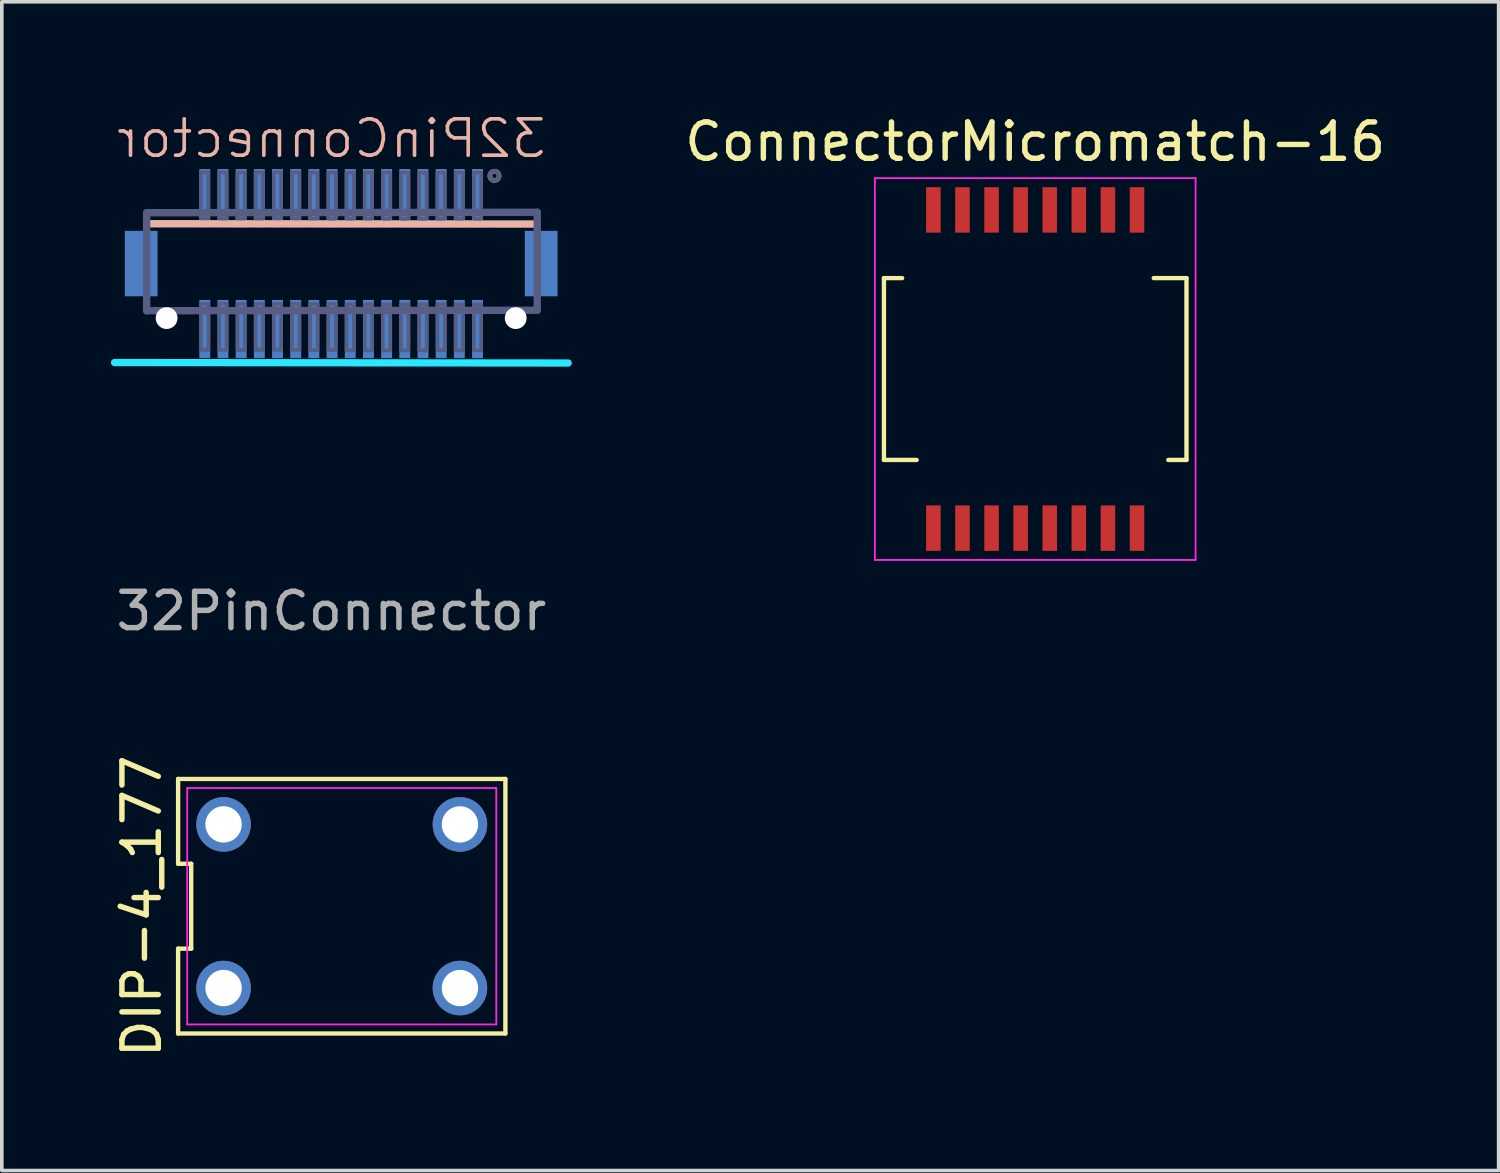
<source format=kicad_pcb>
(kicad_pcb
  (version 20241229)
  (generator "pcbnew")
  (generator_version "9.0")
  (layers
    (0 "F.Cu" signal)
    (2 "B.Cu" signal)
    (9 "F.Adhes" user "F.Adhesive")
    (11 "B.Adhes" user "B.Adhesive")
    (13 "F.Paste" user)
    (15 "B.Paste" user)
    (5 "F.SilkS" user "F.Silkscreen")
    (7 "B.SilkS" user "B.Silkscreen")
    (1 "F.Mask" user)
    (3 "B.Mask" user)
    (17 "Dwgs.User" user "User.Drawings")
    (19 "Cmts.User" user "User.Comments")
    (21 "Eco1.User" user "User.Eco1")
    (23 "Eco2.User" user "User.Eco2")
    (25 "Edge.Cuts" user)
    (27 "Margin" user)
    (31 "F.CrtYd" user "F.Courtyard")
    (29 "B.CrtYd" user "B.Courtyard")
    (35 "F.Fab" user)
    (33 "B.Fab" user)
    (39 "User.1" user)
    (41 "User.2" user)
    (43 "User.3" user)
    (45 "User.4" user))
  (footprint "DIP-4_177"
    (layer "F.Cu")
    (at 6.348 21.871)
    (property "Reference" "DIP-4_177" (at -5.5 0 90) (layer "F.SilkS") (effects (font (size 1 1) (thickness 0.15))))
    (fp_line (start -4.5 -3.5) (end -4.5 -1.167) (stroke (width 0.12) (type default)) (layer "F.SilkS"))
    (fp_line (start -4.5 -1.167) (end -4.14 -1.167) (stroke (width 0.12) (type default)) (layer "F.SilkS"))
    (fp_line (start -4.5 1.167) (end -4.5 3.5) (stroke (width 0.12) (type default)) (layer "F.SilkS"))
    (fp_line (start -4.5 3.5) (end 4.5 3.5) (stroke (width 0.12) (type default)) (layer "F.SilkS"))
    (fp_line (start -4.14 -1.167) (end -4.14 1.167) (stroke (width 0.12) (type default)) (layer "F.SilkS"))
    (fp_line (start -4.14 1.167) (end -4.5 1.167) (stroke (width 0.12) (type default)) (layer "F.SilkS"))
    (fp_line (start 4.5 -3.5) (end -4.5 -3.5) (stroke (width 0.12) (type default)) (layer "F.SilkS"))
    (fp_line (start 4.5 3.5) (end 4.5 -3.5) (stroke (width 0.12) (type default)) (layer "F.SilkS"))
    (fp_line (start -4.25 -3.25) (end 4.25 -3.25) (stroke (width 0.05) (type default)) (layer "F.CrtYd"))
    (fp_line (start -4.25 3.25) (end -4.25 -3.25) (stroke (width 0.05) (type default)) (layer "F.CrtYd"))
    (fp_line (start 4.25 -3.25) (end 4.25 3.25) (stroke (width 0.05) (type default)) (layer "F.CrtYd"))
    (fp_line (start 4.25 3.25) (end -4.25 3.25) (stroke (width 0.05) (type default)) (layer "F.CrtYd"))
    (pad "1" thru_hole circle (at -3.25 2.25) (size 1.5 1.5) (drill 1) (layers "*.Cu" "*.Mask"))
    (pad "2" thru_hole circle (at 3.25 2.25) (size 1.5 1.5) (drill 1) (layers "*.Cu" "*.Mask"))
    (pad "3" thru_hole circle (at 3.25 -2.25) (size 1.5 1.5) (drill 1) (layers "*.Cu" "*.Mask"))
    (pad "4" thru_hole circle (at -3.25 -2.25) (size 1.5 1.5) (drill 1) (layers "*.Cu" "*.Mask")))
  (footprint "ConnectorMicromatch-16"
    (layer "F.Cu")
    (at 25.418 7.098)
    (property "Reference" "ConnectorMicromatch-16" (at 0 -6.25 0) (layer "F.SilkS") (effects (font (size 1 1) (thickness 0.15))))
    (attr through_hole)
    (fp_line (start -4.16 -2.5) (end -4.16 2.5) (stroke (width 0.12) (type default)) (layer "F.SilkS"))
    (fp_line (start -4.16 2.5) (end -3.26 2.5) (stroke (width 0.12) (type default)) (layer "F.SilkS"))
    (fp_line (start -3.66 -2.5) (end -4.16 -2.5) (stroke (width 0.12) (type default)) (layer "F.SilkS"))
    (fp_line (start 3.26 -2.5) (end 4.16 -2.5) (stroke (width 0.12) (type default)) (layer "F.SilkS"))
    (fp_line (start 4.16 -2.5) (end 4.16 2.5) (stroke (width 0.12) (type default)) (layer "F.SilkS"))
    (fp_line (start 4.16 2.5) (end 3.66 2.5) (stroke (width 0.12) (type default)) (layer "F.SilkS"))
    (fp_line (start -4.41 -5.25) (end 4.41 -5.25) (stroke (width 0.05) (type default)) (layer "F.CrtYd"))
    (fp_line (start -4.41 5.25) (end -4.41 -5.25) (stroke (width 0.05) (type default)) (layer "F.CrtYd"))
    (fp_line (start 4.41 -5.25) (end 4.41 5.25) (stroke (width 0.05) (type default)) (layer "F.CrtYd"))
    (fp_line (start 4.41 5.25) (end -4.41 5.25) (stroke (width 0.05) (type default)) (layer "F.CrtYd"))
    (pad "1" smd rect (at -2.8 4.375) (size 0.4 1.25) (layers "F.Cu" "F.Mask" "F.Paste"))
    (pad "2" smd rect (at -2 4.375) (size 0.4 1.25) (layers "F.Cu" "F.Mask" "F.Paste"))
    (pad "3" smd rect (at -1.2 4.375) (size 0.4 1.25) (layers "F.Cu" "F.Mask" "F.Paste"))
    (pad "4" smd rect (at -0.4 4.375) (size 0.4 1.25) (layers "F.Cu" "F.Mask" "F.Paste"))
    (pad "5" smd rect (at 0.4 4.375) (size 0.4 1.25) (layers "F.Cu" "F.Mask" "F.Paste"))
    (pad "6" smd rect (at 1.2 4.375) (size 0.4 1.25) (layers "F.Cu" "F.Mask" "F.Paste"))
    (pad "7" smd rect (at 2 4.375) (size 0.4 1.25) (layers "F.Cu" "F.Mask" "F.Paste"))
    (pad "8" smd rect (at 2.8 4.375) (size 0.4 1.25) (layers "F.Cu" "F.Mask" "F.Paste"))
    (pad "9" smd rect (at -2.8 -4.375) (size 0.4 1.25) (layers "F.Cu" "F.Mask" "F.Paste"))
    (pad "10" smd rect (at -2 -4.375) (size 0.4 1.25) (layers "F.Cu" "F.Mask" "F.Paste"))
    (pad "11" smd rect (at -1.2 -4.375) (size 0.4 1.25) (layers "F.Cu" "F.Mask" "F.Paste"))
    (pad "12" smd rect (at -0.4 -4.375) (size 0.4 1.25) (layers "F.Cu" "F.Mask" "F.Paste"))
    (pad "13" smd rect (at 0.4 -4.375) (size 0.4 1.25) (layers "F.Cu" "F.Mask" "F.Paste"))
    (pad "14" smd rect (at 1.2 -4.375) (size 0.4 1.25) (layers "F.Cu" "F.Mask" "F.Paste"))
    (pad "15" smd rect (at 2 -4.375) (size 0.4 1.25) (layers "F.Cu" "F.Mask" "F.Paste"))
    (pad "16" smd rect (at 2.8 -4.375) (size 0.4 1.25) (layers "F.Cu" "F.Mask" "F.Paste")))
  (footprint "32PinConnector"
    (layer "F.Cu")
    (at 6.063 6.135)
    (property "Reference" "32PinConnector" (at 0 -5.375 0) (unlocked yes) (layer "B.SilkS") (effects (font (size 1 1) (thickness 0.1)) (justify mirror)))
    (attr smd)
    (fp_poly (pts (xy -4.887 0.307) (xy -5.047 0.207) (xy -5.178 0.076) (xy -5.276 -0.08) (xy -5.337 -0.255) (xy -5.358 -0.442) (xy -5.278 -0.794) (xy -5.178 -0.954) (xy -5.047 -1.084) (xy -4.89 -1.183) (xy -4.716 -1.244) (xy -4.528 -1.265) (xy -4.177 -1.185) (xy -4.017 -1.084) (xy -3.886 -0.954) (xy -3.788 -0.797) (xy -3.727 -0.622) (xy -3.705 -0.435) (xy -3.786 -0.083) (xy -3.886 0.076) (xy -4.017 0.207) (xy -4.173 0.305) (xy -4.348 0.366) (xy -4.535 0.388)) (stroke (width 0) (type default)) (fill yes) (layer "B.Mask"))
    (fp_poly (pts (xy 4.714 0.307) (xy 4.554 0.207) (xy 4.424 0.076) (xy 4.325 -0.08) (xy 4.264 -0.255) (xy 4.243 -0.442) (xy 4.323 -0.794) (xy 4.424 -0.954) (xy 4.554 -1.084) (xy 4.711 -1.183) (xy 4.886 -1.244) (xy 5.073 -1.265) (xy 5.425 -1.185) (xy 5.584 -1.084) (xy 5.715 -0.954) (xy 5.814 -0.797) (xy 5.875 -0.622) (xy 5.896 -0.435) (xy 5.815 -0.083) (xy 5.715 0.076) (xy 5.584 0.207) (xy 5.428 0.305) (xy 5.253 0.366) (xy 5.066 0.388)) (stroke (width 0) (type default)) (fill yes) (layer "B.Mask"))
    (fp_line (start -5.027 -3.032) (end 5.629 -3.024) (stroke (width 0.203) (type solid)) (layer "B.SilkS"))
    (fp_circle (center 4.485 -4.35) (end 4.358 -4.35) (stroke (width 0.127) (type solid)) (fill no) (layer "B.SilkS"))
    (fp_poly (pts (xy -3.369 -4.441) (xy -3.589 -4.441) (xy -3.589 -3.141) (xy -3.369 -3.141)) (stroke (width 0) (type default)) (fill yes) (layer "B.Paste"))
    (fp_poly (pts (xy -3.369 -0.731) (xy -3.589 -0.731) (xy -3.589 0.569) (xy -3.369 0.569)) (stroke (width 0) (type default)) (fill yes) (layer "B.Paste"))
    (fp_poly (pts (xy -2.879 -0.731) (xy -3.099 -0.731) (xy -3.099 0.569) (xy -2.879 0.569)) (stroke (width 0) (type default)) (fill yes) (layer "B.Paste"))
    (fp_poly (pts (xy -2.869 -4.441) (xy -3.089 -4.441) (xy -3.089 -3.141) (xy -2.869 -3.141)) (stroke (width 0) (type default)) (fill yes) (layer "B.Paste"))
    (fp_poly (pts (xy -2.369 -4.441) (xy -2.589 -4.441) (xy -2.589 -3.141) (xy -2.369 -3.141)) (stroke (width 0) (type default)) (fill yes) (layer "B.Paste"))
    (fp_poly (pts (xy -2.369 -0.731) (xy -2.589 -0.731) (xy -2.589 0.569) (xy -2.369 0.569)) (stroke (width 0) (type default)) (fill yes) (layer "B.Paste"))
    (fp_poly (pts (xy -1.869 -4.441) (xy -2.089 -4.441) (xy -2.089 -3.141) (xy -1.869 -3.141)) (stroke (width 0) (type default)) (fill yes) (layer "B.Paste"))
    (fp_poly (pts (xy -1.869 -0.731) (xy -2.089 -0.731) (xy -2.089 0.569) (xy -1.869 0.569)) (stroke (width 0) (type default)) (fill yes) (layer "B.Paste"))
    (fp_poly (pts (xy -1.369 -4.441) (xy -1.589 -4.441) (xy -1.589 -3.141) (xy -1.369 -3.141)) (stroke (width 0) (type default)) (fill yes) (layer "B.Paste"))
    (fp_poly (pts (xy -1.369 -0.731) (xy -1.589 -0.731) (xy -1.589 0.569) (xy -1.369 0.569)) (stroke (width 0) (type default)) (fill yes) (layer "B.Paste"))
    (fp_poly (pts (xy -0.869 -4.441) (xy -1.089 -4.441) (xy -1.089 -3.141) (xy -0.869 -3.141)) (stroke (width 0) (type default)) (fill yes) (layer "B.Paste"))
    (fp_poly (pts (xy -0.869 -0.731) (xy -1.089 -0.731) (xy -1.089 0.569) (xy -0.869 0.569)) (stroke (width 0) (type default)) (fill yes) (layer "B.Paste"))
    (fp_poly (pts (xy -0.379 -4.441) (xy -0.599 -4.441) (xy -0.599 -3.141) (xy -0.379 -3.141)) (stroke (width 0) (type default)) (fill yes) (layer "B.Paste"))
    (fp_poly (pts (xy -0.369 -0.731) (xy -0.589 -0.731) (xy -0.589 0.569) (xy -0.369 0.569)) (stroke (width 0) (type default)) (fill yes) (layer "B.Paste"))
    (fp_poly (pts (xy 0.131 -4.441) (xy -0.089 -4.441) (xy -0.089 -3.141) (xy 0.131 -3.141)) (stroke (width 0) (type default)) (fill yes) (layer "B.Paste"))
    (fp_poly (pts (xy 0.131 -0.731) (xy -0.089 -0.731) (xy -0.089 0.569) (xy 0.131 0.569)) (stroke (width 0) (type default)) (fill yes) (layer "B.Paste"))
    (fp_poly (pts (xy 0.631 -4.441) (xy 0.411 -4.441) (xy 0.411 -3.141) (xy 0.631 -3.141)) (stroke (width 0) (type default)) (fill yes) (layer "B.Paste"))
    (fp_poly (pts (xy 0.631 -0.731) (xy 0.411 -0.731) (xy 0.411 0.569) (xy 0.631 0.569)) (stroke (width 0) (type default)) (fill yes) (layer "B.Paste"))
    (fp_poly (pts (xy 1.131 -4.441) (xy 0.911 -4.441) (xy 0.911 -3.141) (xy 1.131 -3.141)) (stroke (width 0) (type default)) (fill yes) (layer "B.Paste"))
    (fp_poly (pts (xy 1.131 -0.731) (xy 0.911 -0.731) (xy 0.911 0.569) (xy 1.131 0.569)) (stroke (width 0) (type default)) (fill yes) (layer "B.Paste"))
    (fp_poly (pts (xy 1.631 -4.441) (xy 1.411 -4.441) (xy 1.411 -3.141) (xy 1.631 -3.141)) (stroke (width 0) (type default)) (fill yes) (layer "B.Paste"))
    (fp_poly (pts (xy 1.631 -0.731) (xy 1.411 -0.731) (xy 1.411 0.569) (xy 1.631 0.569)) (stroke (width 0) (type default)) (fill yes) (layer "B.Paste"))
    (fp_poly (pts (xy 2.131 -4.441) (xy 1.911 -4.441) (xy 1.911 -3.141) (xy 2.131 -3.141)) (stroke (width 0) (type default)) (fill yes) (layer "B.Paste"))
    (fp_poly (pts (xy 2.131 -0.731) (xy 1.911 -0.731) (xy 1.911 0.569) (xy 2.131 0.569)) (stroke (width 0) (type default)) (fill yes) (layer "B.Paste"))
    (fp_poly (pts (xy 2.631 -4.441) (xy 2.411 -4.441) (xy 2.411 -3.141) (xy 2.631 -3.141)) (stroke (width 0) (type default)) (fill yes) (layer "B.Paste"))
    (fp_poly (pts (xy 2.631 -0.731) (xy 2.411 -0.731) (xy 2.411 0.569) (xy 2.631 0.569)) (stroke (width 0) (type default)) (fill yes) (layer "B.Paste"))
    (fp_poly (pts (xy 3.131 -4.441) (xy 2.911 -4.441) (xy 2.911 -3.141) (xy 3.131 -3.141)) (stroke (width 0) (type default)) (fill yes) (layer "B.Paste"))
    (fp_poly (pts (xy 3.131 -0.731) (xy 2.911 -0.731) (xy 2.911 0.569) (xy 3.131 0.569)) (stroke (width 0) (type default)) (fill yes) (layer "B.Paste"))
    (fp_poly (pts (xy 3.631 -4.441) (xy 3.411 -4.441) (xy 3.411 -3.141) (xy 3.631 -3.141)) (stroke (width 0) (type default)) (fill yes) (layer "B.Paste"))
    (fp_poly (pts (xy 3.631 -0.731) (xy 3.411 -0.731) (xy 3.411 0.569) (xy 3.631 0.569)) (stroke (width 0) (type default)) (fill yes) (layer "B.Paste"))
    (fp_poly (pts (xy 4.131 -4.441) (xy 3.911 -4.441) (xy 3.911 -3.141) (xy 4.131 -3.141)) (stroke (width 0) (type default)) (fill yes) (layer "B.Paste"))
    (fp_poly (pts (xy 4.131 -0.731) (xy 3.911 -0.731) (xy 3.911 0.569) (xy 4.131 0.569)) (stroke (width 0) (type default)) (fill yes) (layer "B.Paste"))
    (fp_line (start 6.511 0.798) (end -5.963 0.785) (stroke (width 0.2) (type solid)) (layer "B.CrtYd"))
    (fp_line (start -5.08 -3.335) (end 5.661 -3.348) (stroke (width 0.203) (type solid)) (layer "B.Fab"))
    (fp_line (start -5.08 -0.64) (end -5.08 -3.335) (stroke (width 0.203) (type solid)) (layer "B.Fab"))
    (fp_line (start 5.661 -3.348) (end 5.661 -0.653) (stroke (width 0.203) (type solid)) (layer "B.Fab"))
    (fp_line (start 5.661 -0.653) (end -5.08 -0.64) (stroke (width 0.203) (type solid)) (layer "B.Fab"))
    (fp_circle (center 4.485 -4.35) (end 4.358 -4.35) (stroke (width 0.127) (type solid)) (fill no) (layer "B.Fab"))
    (fp_poly (pts (xy -3.588 -4.447) (xy -3.588 -3.177) (xy -3.385 -3.177) (xy -3.385 -4.447)) (stroke (width 0.1) (type default)) (fill no) (layer "B.Fab"))
    (fp_poly (pts (xy -3.585 -0.832) (xy -3.585 0.438) (xy -3.382 0.438) (xy -3.382 -0.832)) (stroke (width 0.1) (type default)) (fill no) (layer "B.Fab"))
    (fp_poly (pts (xy -3.087 -4.444) (xy -3.087 -3.174) (xy -2.884 -3.174) (xy -2.884 -4.444)) (stroke (width 0.1) (type default)) (fill no) (layer "B.Fab"))
    (fp_poly (pts (xy -3.085 -0.835) (xy -3.085 0.435) (xy -2.882 0.435) (xy -2.882 -0.835)) (stroke (width 0.1) (type default)) (fill no) (layer "B.Fab"))
    (fp_poly (pts (xy -2.587 -4.444) (xy -2.587 -3.174) (xy -2.384 -3.174) (xy -2.384 -4.444)) (stroke (width 0.1) (type default)) (fill no) (layer "B.Fab"))
    (fp_poly (pts (xy -2.582 -0.83) (xy -2.582 0.44) (xy -2.379 0.44) (xy -2.379 -0.83)) (stroke (width 0.1) (type default)) (fill no) (layer "B.Fab"))
    (fp_poly (pts (xy -2.087 -4.444) (xy -2.087 -3.174) (xy -1.884 -3.174) (xy -1.884 -4.444)) (stroke (width 0.1) (type default)) (fill no) (layer "B.Fab"))
    (fp_poly (pts (xy -2.084 -0.832) (xy -2.084 0.438) (xy -1.881 0.438) (xy -1.881 -0.832)) (stroke (width 0.1) (type default)) (fill no) (layer "B.Fab"))
    (fp_poly (pts (xy -1.584 -4.447) (xy -1.584 -3.177) (xy -1.381 -3.177) (xy -1.381 -4.447)) (stroke (width 0.1) (type default)) (fill no) (layer "B.Fab"))
    (fp_poly (pts (xy -1.584 -0.832) (xy -1.584 0.438) (xy -1.381 0.438) (xy -1.381 -0.832)) (stroke (width 0.1) (type default)) (fill no) (layer "B.Fab"))
    (fp_poly (pts (xy -1.083 -4.447) (xy -1.083 -3.177) (xy -0.88 -3.177) (xy -0.88 -4.447)) (stroke (width 0.1) (type default)) (fill no) (layer "B.Fab"))
    (fp_poly (pts (xy -1.081 -0.832) (xy -1.081 0.438) (xy -0.878 0.438) (xy -0.878 -0.832)) (stroke (width 0.1) (type default)) (fill no) (layer "B.Fab"))
    (fp_poly (pts (xy -0.586 -4.442) (xy -0.586 -3.172) (xy -0.382 -3.172) (xy -0.382 -4.442)) (stroke (width 0.1) (type default)) (fill no) (layer "B.Fab"))
    (fp_poly (pts (xy -0.583 -0.825) (xy -0.583 0.445) (xy -0.38 0.445) (xy -0.38 -0.825)) (stroke (width 0.1) (type default)) (fill no) (layer "B.Fab"))
    (fp_poly (pts (xy -0.083 -4.442) (xy -0.083 -3.172) (xy 0.12 -3.172) (xy 0.12 -4.442)) (stroke (width 0.1) (type default)) (fill no) (layer "B.Fab"))
    (fp_poly (pts (xy -0.083 -0.827) (xy -0.083 0.443) (xy 0.12 0.443) (xy 0.12 -0.827)) (stroke (width 0.1) (type default)) (fill no) (layer "B.Fab"))
    (fp_poly (pts (xy 0.413 -4.439) (xy 0.413 -3.169) (xy 0.616 -3.169) (xy 0.616 -4.439)) (stroke (width 0.1) (type default)) (fill no) (layer "B.Fab"))
    (fp_poly (pts (xy 0.415 -0.82) (xy 0.415 0.45) (xy 0.618 0.45) (xy 0.618 -0.82)) (stroke (width 0.1) (type default)) (fill no) (layer "B.Fab"))
    (fp_poly (pts (xy 0.915 -4.439) (xy 0.915 -3.169) (xy 1.119 -3.169) (xy 1.119 -4.439)) (stroke (width 0.1) (type default)) (fill no) (layer "B.Fab"))
    (fp_poly (pts (xy 0.918 -0.817) (xy 0.918 0.453) (xy 1.121 0.453) (xy 1.121 -0.817)) (stroke (width 0.1) (type default)) (fill no) (layer "B.Fab"))
    (fp_poly (pts (xy 1.413 -0.817) (xy 1.413 0.453) (xy 1.617 0.453) (xy 1.617 -0.817)) (stroke (width 0.1) (type default)) (fill no) (layer "B.Fab"))
    (fp_poly (pts (xy 1.416 -4.437) (xy 1.416 -3.167) (xy 1.619 -3.167) (xy 1.619 -4.437)) (stroke (width 0.1) (type default)) (fill no) (layer "B.Fab"))
    (fp_poly (pts (xy 1.914 -0.817) (xy 1.914 0.453) (xy 2.117 0.453) (xy 2.117 -0.817)) (stroke (width 0.1) (type default)) (fill no) (layer "B.Fab"))
    (fp_poly (pts (xy 1.916 -4.437) (xy 1.916 -3.167) (xy 2.119 -3.167) (xy 2.119 -4.437)) (stroke (width 0.1) (type default)) (fill no) (layer "B.Fab"))
    (fp_poly (pts (xy 2.414 -4.437) (xy 2.414 -3.167) (xy 2.617 -3.167) (xy 2.617 -4.437)) (stroke (width 0.1) (type default)) (fill no) (layer "B.Fab"))
    (fp_poly (pts (xy 2.417 -0.817) (xy 2.417 0.453) (xy 2.62 0.453) (xy 2.62 -0.817)) (stroke (width 0.1) (type default)) (fill no) (layer "B.Fab"))
    (fp_poly (pts (xy 2.912 -4.437) (xy 2.912 -3.167) (xy 3.115 -3.167) (xy 3.115 -4.437)) (stroke (width 0.1) (type default)) (fill no) (layer "B.Fab"))
    (fp_poly (pts (xy 2.917 -0.82) (xy 2.917 0.45) (xy 3.12 0.45) (xy 3.12 -0.82)) (stroke (width 0.1) (type default)) (fill no) (layer "B.Fab"))
    (fp_poly (pts (xy 3.415 -0.817) (xy 3.415 0.453) (xy 3.618 0.453) (xy 3.618 -0.817)) (stroke (width 0.1) (type default)) (fill no) (layer "B.Fab"))
    (fp_poly (pts (xy 3.417 -4.437) (xy 3.417 -3.167) (xy 3.621 -3.167) (xy 3.621 -4.437)) (stroke (width 0.1) (type default)) (fill no) (layer "B.Fab"))
    (fp_poly (pts (xy 3.918 -4.437) (xy 3.918 -3.167) (xy 4.121 -3.167) (xy 4.121 -4.437)) (stroke (width 0.1) (type default)) (fill no) (layer "B.Fab"))
    (fp_poly (pts (xy 3.918 -0.817) (xy 3.918 0.453) (xy 4.121 0.453) (xy 4.121 -0.817)) (stroke (width 0.1) (type default)) (fill no) (layer "B.Fab"))
    (fp_text user "${REFERENCE}" (at 0 7.62 0) (unlocked yes) (layer "F.Fab") (effects (font (size 1 1) (thickness 0.15))))
    (pad "" np_thru_hole circle (at -4.531 -0.437) (size 0.6 0.6) (drill 0.6) (layers "*.Cu" "*.Mask"))
    (pad "" np_thru_hole circle (at 5.069 -0.437) (size 0.6 0.6) (drill 0.6) (layers "*.Cu" "*.Mask"))
    (pad "1" smd rect (at 4.019 -3.737) (size 0.3 1.6) (layers "B.Cu" "B.Mask"))
    (pad "2" smd rect (at 4.019 -0.137) (size 0.3 1.6) (layers "B.Cu" "B.Mask"))
    (pad "3" smd rect (at 3.519 -3.737) (size 0.3 1.6) (layers "B.Cu" "B.Mask"))
    (pad "4" smd rect (at 3.519 -0.137) (size 0.3 1.6) (layers "B.Cu" "B.Mask"))
    (pad "5" smd rect (at 3.019 -3.737) (size 0.3 1.6) (layers "B.Cu" "B.Mask"))
    (pad "6" smd rect (at 3.019 -0.137) (size 0.3 1.6) (layers "B.Cu" "B.Mask"))
    (pad "7" smd rect (at 2.519 -3.737) (size 0.3 1.6) (layers "B.Cu" "B.Mask"))
    (pad "8" smd rect (at 2.519 -0.137) (size 0.3 1.6) (layers "B.Cu" "B.Mask"))
    (pad "9" smd rect (at 2.019 -3.737) (size 0.3 1.6) (layers "B.Cu" "B.Mask"))
    (pad "10" smd rect (at 2.019 -0.137) (size 0.3 1.6) (layers "B.Cu" "B.Mask"))
    (pad "11" smd rect (at 1.519 -3.737) (size 0.3 1.6) (layers "B.Cu" "B.Mask"))
    (pad "12" smd rect (at 1.519 -0.137) (size 0.3 1.6) (layers "B.Cu" "B.Mask"))
    (pad "13" smd rect (at 1.019 -3.737) (size 0.3 1.6) (layers "B.Cu" "B.Mask"))
    (pad "14" smd rect (at 1.019 -0.137) (size 0.3 1.6) (layers "B.Cu" "B.Mask"))
    (pad "15" smd rect (at 0.519 -3.737) (size 0.3 1.6) (layers "B.Cu" "B.Mask"))
    (pad "16" smd rect (at 0.519 -0.137) (size 0.3 1.6) (layers "B.Cu" "B.Mask"))
    (pad "17" smd rect (at 0.019 -3.737) (size 0.3 1.6) (layers "B.Cu" "B.Mask"))
    (pad "18" smd rect (at 0.019 -0.137) (size 0.3 1.6) (layers "B.Cu" "B.Mask"))
    (pad "19" smd rect (at -0.481 -3.737) (size 0.3 1.6) (layers "B.Cu" "B.Mask"))
    (pad "20" smd rect (at -0.481 -0.137) (size 0.3 1.6) (layers "B.Cu" "B.Mask"))
    (pad "21" smd rect (at -0.981 -3.737) (size 0.3 1.6) (layers "B.Cu" "B.Mask"))
    (pad "22" smd rect (at -0.981 -0.137) (size 0.3 1.6) (layers "B.Cu" "B.Mask"))
    (pad "23" smd rect (at -1.481 -3.737) (size 0.3 1.6) (layers "B.Cu" "B.Mask"))
    (pad "24" smd rect (at -1.481 -0.137) (size 0.3 1.6) (layers "B.Cu" "B.Mask"))
    (pad "25" smd rect (at -1.981 -3.737) (size 0.3 1.6) (layers "B.Cu" "B.Mask"))
    (pad "26" smd rect (at -1.981 -0.137) (size 0.3 1.6) (layers "B.Cu" "B.Mask"))
    (pad "27" smd rect (at -2.481 -3.737) (size 0.3 1.6) (layers "B.Cu" "B.Mask"))
    (pad "28" smd rect (at -2.481 -0.137) (size 0.3 1.6) (layers "B.Cu" "B.Mask"))
    (pad "29" smd rect (at -2.981 -3.737) (size 0.3 1.6) (layers "B.Cu" "B.Mask"))
    (pad "30" smd rect (at -2.981 -0.137) (size 0.3 1.6) (layers "B.Cu" "B.Mask"))
    (pad "31" smd rect (at -3.481 -3.737) (size 0.3 1.6) (layers "B.Cu" "B.Mask"))
    (pad "32" smd rect (at -3.481 -0.137) (size 0.3 1.6) (layers "B.Cu" "B.Mask"))
    (pad "F1" smd rect (at 5.769 -1.937) (size 0.9 1.8) (layers "B.Cu" "B.Mask" "B.Paste"))
    (pad "F2" smd rect (at -5.231 -1.937) (size 0.9 1.8) (layers "B.Cu" "B.Mask" "B.Paste")))
  (gr_rect
    (start -3 -3)
    (end 38.162 29.139)
    (stroke (width 0.1) (type default))
    (fill no)
    (layer "Edge.Cuts")))
</source>
